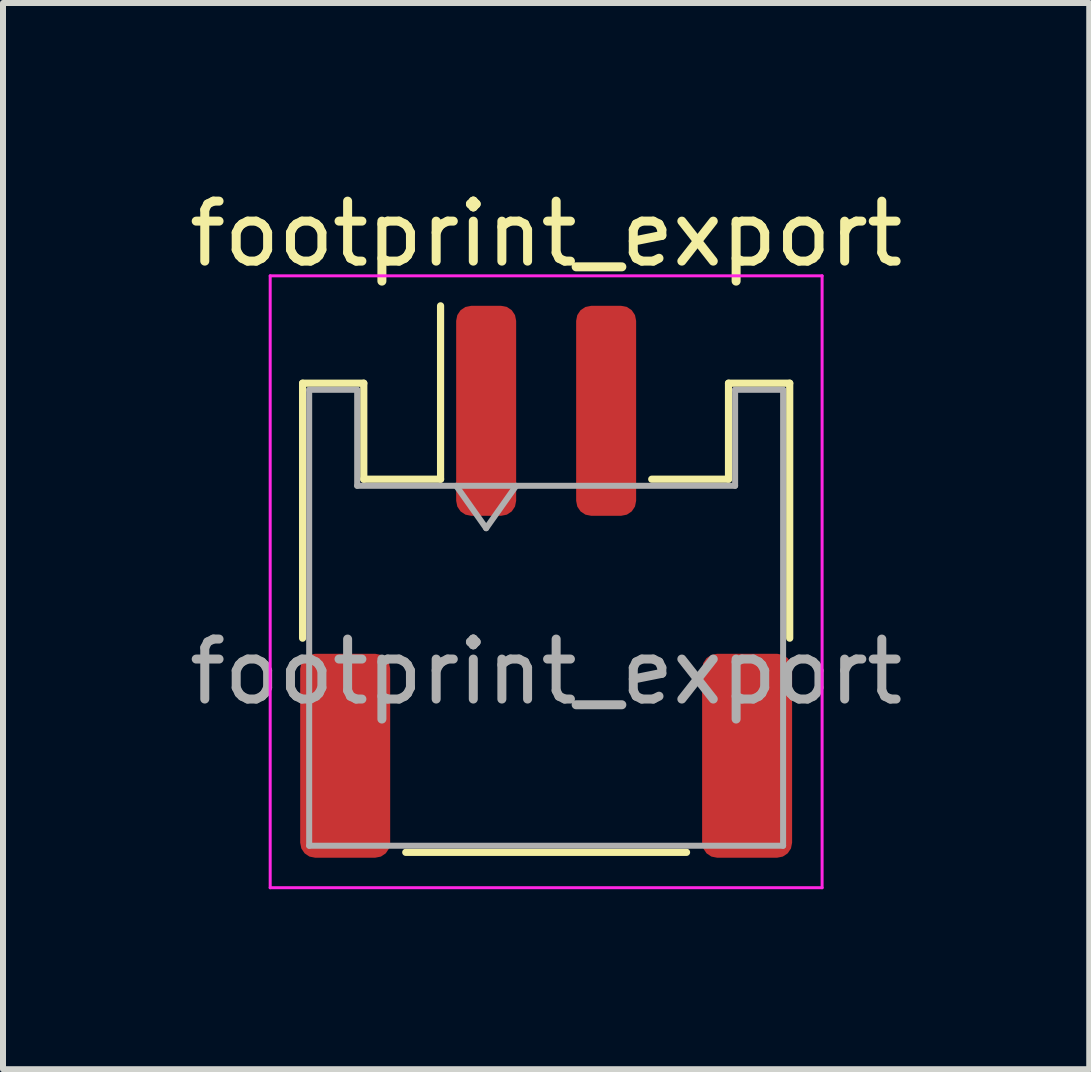
<source format=kicad_pcb>
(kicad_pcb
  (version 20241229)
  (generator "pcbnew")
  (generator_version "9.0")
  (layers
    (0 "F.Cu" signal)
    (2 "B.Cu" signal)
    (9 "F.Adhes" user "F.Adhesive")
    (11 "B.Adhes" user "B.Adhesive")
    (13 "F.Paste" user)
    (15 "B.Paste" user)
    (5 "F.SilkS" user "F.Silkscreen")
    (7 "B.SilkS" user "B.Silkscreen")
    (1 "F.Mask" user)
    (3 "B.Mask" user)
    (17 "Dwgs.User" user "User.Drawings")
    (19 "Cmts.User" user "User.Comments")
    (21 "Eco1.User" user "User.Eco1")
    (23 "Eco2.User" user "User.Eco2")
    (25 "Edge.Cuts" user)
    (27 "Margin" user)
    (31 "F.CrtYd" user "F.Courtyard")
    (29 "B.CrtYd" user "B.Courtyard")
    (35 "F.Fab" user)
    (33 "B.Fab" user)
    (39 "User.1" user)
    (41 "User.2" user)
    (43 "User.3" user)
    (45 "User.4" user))
  (footprint "footprint_export"
    (layer "F.Cu")
    (at 6.054 6.648)
    (property "Reference" "footprint_export" (at 0 -5.8 0) (layer "F.SilkS") (effects (font (size 1 1) (thickness 0.15))))
    (attr smd)
    (fp_line (start -4.06 -3.31) (end -3.04 -3.31) (stroke (width 0.12) (type solid)) (layer "F.SilkS"))
    (fp_line (start -4.06 0.94) (end -4.06 -3.31) (stroke (width 0.12) (type solid)) (layer "F.SilkS"))
    (fp_line (start -3.04 -3.31) (end -3.04 -1.71) (stroke (width 0.12) (type solid)) (layer "F.SilkS"))
    (fp_line (start -3.04 -1.71) (end -1.76 -1.71) (stroke (width 0.12) (type solid)) (layer "F.SilkS"))
    (fp_line (start -2.34 4.51) (end 2.34 4.51) (stroke (width 0.12) (type solid)) (layer "F.SilkS"))
    (fp_line (start -1.76 -1.71) (end -1.76 -4.6) (stroke (width 0.12) (type solid)) (layer "F.SilkS"))
    (fp_line (start 3.04 -3.31) (end 3.04 -1.71) (stroke (width 0.12) (type solid)) (layer "F.SilkS"))
    (fp_line (start 3.04 -1.71) (end 1.76 -1.71) (stroke (width 0.12) (type solid)) (layer "F.SilkS"))
    (fp_line (start 4.06 -3.31) (end 3.04 -3.31) (stroke (width 0.12) (type solid)) (layer "F.SilkS"))
    (fp_line (start 4.06 0.94) (end 4.06 -3.31) (stroke (width 0.12) (type solid)) (layer "F.SilkS"))
    (fp_line (start -4.6 -5.1) (end -4.6 5.1) (stroke (width 0.05) (type solid)) (layer "F.CrtYd"))
    (fp_line (start -4.6 5.1) (end 4.6 5.1) (stroke (width 0.05) (type solid)) (layer "F.CrtYd"))
    (fp_line (start 4.6 -5.1) (end -4.6 -5.1) (stroke (width 0.05) (type solid)) (layer "F.CrtYd"))
    (fp_line (start 4.6 5.1) (end 4.6 -5.1) (stroke (width 0.05) (type solid)) (layer "F.CrtYd"))
    (fp_line (start -3.95 -3.2) (end -3.95 4.4) (stroke (width 0.1) (type solid)) (layer "F.Fab"))
    (fp_line (start -3.95 -3.2) (end -3.15 -3.2) (stroke (width 0.1) (type solid)) (layer "F.Fab"))
    (fp_line (start -3.95 4.4) (end 3.95 4.4) (stroke (width 0.1) (type solid)) (layer "F.Fab"))
    (fp_line (start -3.15 -3.2) (end -3.15 -1.6) (stroke (width 0.1) (type solid)) (layer "F.Fab"))
    (fp_line (start -3.15 -1.6) (end 3.15 -1.6) (stroke (width 0.1) (type solid)) (layer "F.Fab"))
    (fp_line (start -1.5 -1.6) (end -1 -0.893) (stroke (width 0.1) (type solid)) (layer "F.Fab"))
    (fp_line (start -1 -0.893) (end -0.5 -1.6) (stroke (width 0.1) (type solid)) (layer "F.Fab"))
    (fp_line (start 3.15 -3.2) (end 3.95 -3.2) (stroke (width 0.1) (type solid)) (layer "F.Fab"))
    (fp_line (start 3.15 -1.6) (end 3.15 -3.2) (stroke (width 0.1) (type solid)) (layer "F.Fab"))
    (fp_line (start 3.95 -3.2) (end 3.95 4.4) (stroke (width 0.1) (type solid)) (layer "F.Fab"))
    (fp_text user "${REFERENCE}" (at 0 1.5 0) (layer "F.Fab") (effects (font (size 1 1) (thickness 0.15))))
    (pad "1" smd roundrect (at -1 -2.85) (size 1 3.5) (layers "F.Cu" "F.Mask" "F.Paste") (roundrect_rratio 0.25))
    (pad "2" smd roundrect (at 1 -2.85) (size 1 3.5) (layers "F.Cu" "F.Mask" "F.Paste") (roundrect_rratio 0.25))
    (pad "MP" smd roundrect (at -3.35 2.9) (size 1.5 3.4) (layers "F.Cu" "F.Mask" "F.Paste") (roundrect_rratio 0.167))
    (pad "MP" smd roundrect (at 3.35 2.9) (size 1.5 3.4) (layers "F.Cu" "F.Mask" "F.Paste") (roundrect_rratio 0.167)))
  (gr_rect
    (start -3 -3)
    (end 15.107 14.773)
    (stroke (width 0.1) (type default))
    (fill no)
    (layer "Edge.Cuts")))
</source>
